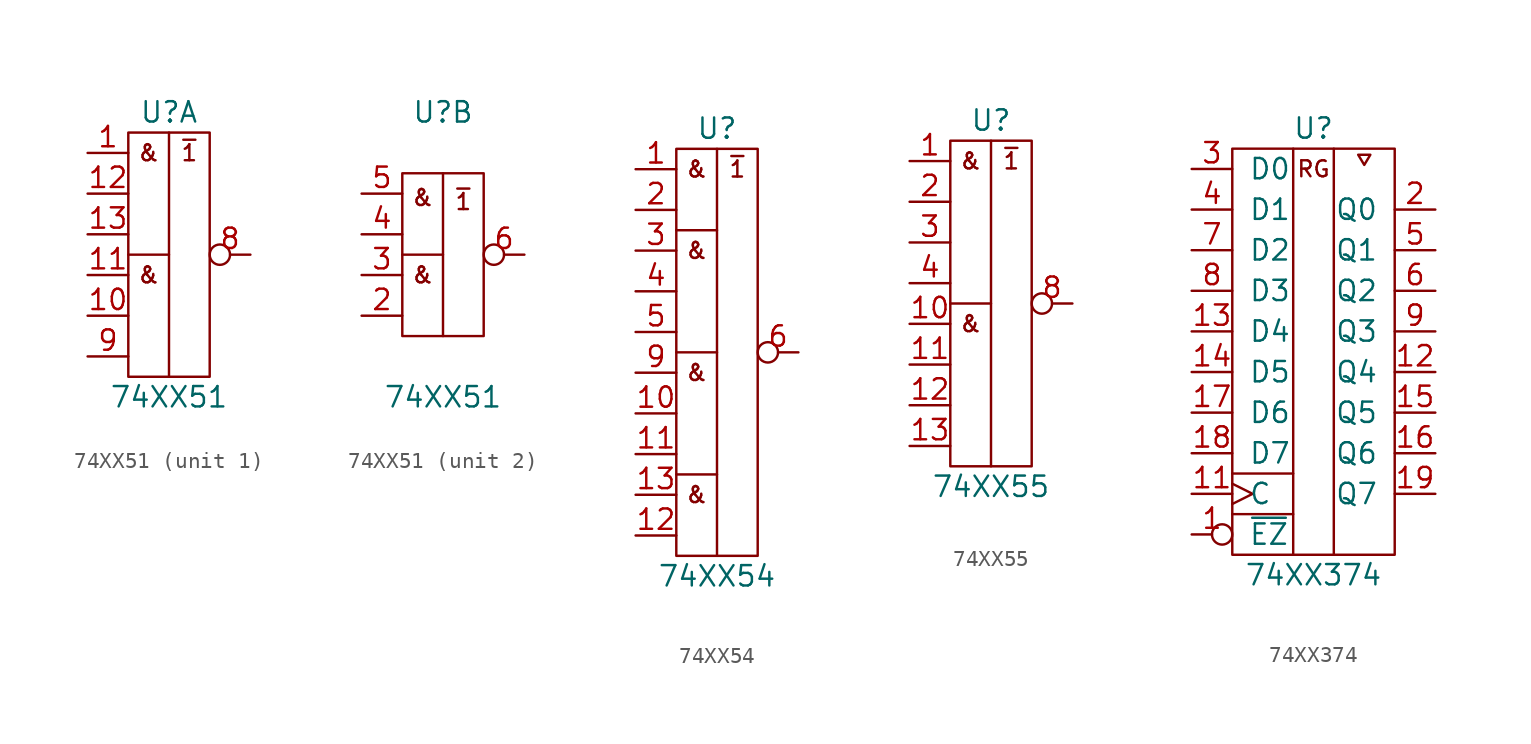
<source format=kicad_sym>
(kicad_symbol_lib
  (version 20211014)
  (generator kicad_symbol_editor)
  (symbol "74XX51"
    (pin_names
      (offset 1.27) hide)
    (property "Reference" "U"
      (at 0 8.89 0)
      (effects (font (size 1.27 1.27))))
    (property "Value" "74XX51"
      (at 0 -8.89 0)
      (effects (font (size 1.27 1.27))))
    (property "ki_locked" ""
      (at 0 0 0)
      (effects (font (size 1.27 1.27))))
    (symbol "74XX51_0_1"
      (pin power_in line (at 2.54 7.62 180) (length 0) hide (name "VCC" (effects (font (size 1.27 1.27)))) (number "14" (effects (font (size 1.27 1.27)))))
      (pin power_in line (at 2.54 -7.62 180) (length 0) hide (name "GND" (effects (font (size 1.27 1.27)))) (number "7" (effects (font (size 1.27 1.27))))))
    (symbol "74XX51_1_0"
      (text "&" (at -1.27 -1.27 0) (effects (font (size 1 1))))
      (text "&" (at -1.27 6.35 0) (effects (font (size 1 1))))
      (text "~{1}" (at 1.27 6.35 0) (effects (font (size 1 1)))))
    (symbol "74XX51_1_1"
      (rectangle (start -2.54 -7.62) (end 2.54 7.62) (stroke (width 0) (type default) (color 0 0 0 0)) (fill (type none)))
      (polyline (pts (xy -2.54 0) (xy 0 0)) (stroke (width 0) (type default) (color 0 0 0 0)) (fill (type none)))
      (polyline (pts (xy 0 7.62) (xy 0 -7.62)) (stroke (width 0) (type default) (color 0 0 0 0)) (fill (type none)))
      (pin input line (at -5.08 6.35 0) (length 2.54) (name "A" (effects (font (size 1.27 1.27)))) (number "1" (effects (font (size 1.27 1.27)))))
      (pin input line (at -5.08 -3.81 0) (length 2.54) (name "E" (effects (font (size 1.27 1.27)))) (number "10" (effects (font (size 1.27 1.27)))))
      (pin input line (at -5.08 -1.27 0) (length 2.54) (name "D" (effects (font (size 1.27 1.27)))) (number "11" (effects (font (size 1.27 1.27)))))
      (pin input line (at -5.08 3.81 0) (length 2.54) (name "B" (effects (font (size 1.27 1.27)))) (number "12" (effects (font (size 1.27 1.27)))))
      (pin input line (at -5.08 1.27 0) (length 2.54) (name "C" (effects (font (size 1.27 1.27)))) (number "13" (effects (font (size 1.27 1.27)))))
      (pin output inverted (at 5.08 0 180) (length 2.54) (name "~{Y}" (effects (font (size 1.27 1.27)))) (number "8" (effects (font (size 1.27 1.27)))))
      (pin input line (at -5.08 -6.35 0) (length 2.54) (name "F" (effects (font (size 1.27 1.27)))) (number "9" (effects (font (size 1.27 1.27))))))
    (symbol "74XX51_2_0"
      (text "&" (at -1.27 -1.27 0) (effects (font (size 1 1))))
      (text "&" (at -1.27 3.556 0) (effects (font (size 1 1))))
      (text "~{1}" (at 1.27 3.302 0) (effects (font (size 1 1)))))
    (symbol "74XX51_2_1"
      (rectangle (start -2.54 -5.08) (end 2.54 5.08) (stroke (width 0) (type default) (color 0 0 0 0)) (fill (type none)))
      (polyline (pts (xy -2.54 0) (xy 0 0)) (stroke (width 0) (type default) (color 0 0 0 0)) (fill (type none)))
      (polyline (pts (xy 0 5.08) (xy 0 -5.08)) (stroke (width 0) (type default) (color 0 0 0 0)) (fill (type none)))
      (pin input line (at -5.08 -3.81 0) (length 2.54) (name "A" (effects (font (size 1.27 1.27)))) (number "2" (effects (font (size 1.27 1.27)))))
      (pin input line (at -5.08 -1.27 0) (length 2.54) (name "B" (effects (font (size 1.27 1.27)))) (number "3" (effects (font (size 1.27 1.27)))))
      (pin input line (at -5.08 1.27 0) (length 2.54) (name "C" (effects (font (size 1.27 1.27)))) (number "4" (effects (font (size 1.27 1.27)))))
      (pin input line (at -5.08 3.81 0) (length 2.54) (name "D" (effects (font (size 1.27 1.27)))) (number "5" (effects (font (size 1.27 1.27)))))
      (pin output inverted (at 5.08 0 180) (length 2.54) (name "~{Y}" (effects (font (size 1.27 1.27)))) (number "6" (effects (font (size 1.27 1.27)))))))
  (symbol "74XX54"
    (pin_names
      (offset 1.016) hide)
    (property "Reference" "U"
      (at 0 13.97 0)
      (effects (font (size 1.27 1.27))))
    (property "Value" "74XX54"
      (at 0 -13.97 0)
      (effects (font (size 1.27 1.27))))
    (symbol "74XX54_0_0"
      (rectangle (start -2.54 -12.7) (end 2.54 12.7) (stroke (width 0) (type default) (color 0 0 0 0)) (fill (type none)))
      (polyline (pts (xy -2.54 0) (xy 0 0)) (stroke (width 0) (type default) (color 0 0 0 0)) (fill (type none)))
      (polyline (pts (xy 0 12.7) (xy 0 -12.7)) (stroke (width 0) (type default) (color 0 0 0 0)) (fill (type none)))
      (text "&" (at -1.27 -8.89 0) (effects (font (size 1 1))))
      (text "&" (at -1.27 -1.27 0) (effects (font (size 1 1))))
      (text "&" (at -1.27 6.35 0) (effects (font (size 1 1))))
      (text "&" (at -1.27 11.43 0) (effects (font (size 1 1))))
      (text "~{1}" (at 1.27 11.43 0) (effects (font (size 1 1)))))
    (symbol "74XX54_0_1"
      (polyline (pts (xy -2.54 -7.62) (xy 0 -7.62)) (stroke (width 0) (type default) (color 0 0 0 0)) (fill (type none)))
      (polyline (pts (xy -2.54 7.62) (xy 0 7.62)) (stroke (width 0) (type default) (color 0 0 0 0)) (fill (type none)))
      (pin power_in line (at 2.54 12.7 180) (length 0) hide (name "VCC" (effects (font (size 1.27 1.27)))) (number "14" (effects (font (size 1.27 1.27)))))
      (pin power_in line (at 2.54 -12.7 180) (length 0) hide (name "GND" (effects (font (size 1.27 1.27)))) (number "7" (effects (font (size 1.27 1.27))))))
    (symbol "74XX54_1_1"
      (pin input line (at -5.08 11.43 0) (length 2.54) (name "A" (effects (font (size 1.27 1.27)))) (number "1" (effects (font (size 1.27 1.27)))))
      (pin input line (at -5.08 -3.81 0) (length 2.54) (name "G" (effects (font (size 1.27 1.27)))) (number "10" (effects (font (size 1.27 1.27)))))
      (pin input line (at -5.08 -6.35 0) (length 2.54) (name "H" (effects (font (size 1.27 1.27)))) (number "11" (effects (font (size 1.27 1.27)))))
      (pin input line (at -5.08 -11.43 0) (length 2.54) (name "I" (effects (font (size 1.27 1.27)))) (number "12" (effects (font (size 1.27 1.27)))))
      (pin input line (at -5.08 -8.89 0) (length 2.54) (name "J" (effects (font (size 1.27 1.27)))) (number "13" (effects (font (size 1.27 1.27)))))
      (pin input line (at -5.08 8.89 0) (length 2.54) (name "B" (effects (font (size 1.27 1.27)))) (number "2" (effects (font (size 1.27 1.27)))))
      (pin input line (at -5.08 6.35 0) (length 2.54) (name "C" (effects (font (size 1.27 1.27)))) (number "3" (effects (font (size 1.27 1.27)))))
      (pin input line (at -5.08 3.81 0) (length 2.54) (name "D" (effects (font (size 1.27 1.27)))) (number "4" (effects (font (size 1.27 1.27)))))
      (pin input line (at -5.08 1.27 0) (length 2.54) (name "E" (effects (font (size 1.27 1.27)))) (number "5" (effects (font (size 1.27 1.27)))))
      (pin output inverted (at 5.08 0 180) (length 2.54) (name "~{Y}" (effects (font (size 1.27 1.27)))) (number "6" (effects (font (size 1.27 1.27)))))
      (pin input line (at -5.08 -1.27 0) (length 2.54) (name "F" (effects (font (size 1.27 1.27)))) (number "9" (effects (font (size 1.27 1.27)))))))
  (symbol "74XX55"
    (pin_names
      (offset 1.016) hide)
    (property "Reference" "U"
      (at 0 11.43 0)
      (effects (font (size 1.27 1.27))))
    (property "Value" "74XX55"
      (at 0 -11.43 0)
      (effects (font (size 1.27 1.27))))
    (symbol "74XX55_0_0"
      (rectangle (start -2.54 -10.16) (end 2.54 10.16) (stroke (width 0) (type default) (color 0 0 0 0)) (fill (type none)))
      (polyline (pts (xy -2.54 0) (xy 0 0)) (stroke (width 0) (type default) (color 0 0 0 0)) (fill (type none)))
      (polyline (pts (xy 0 10.16) (xy 0 -10.16)) (stroke (width 0) (type default) (color 0 0 0 0)) (fill (type none)))
      (text "&" (at -1.27 -1.27 0) (effects (font (size 1 1))))
      (text "&" (at -1.27 8.89 0) (effects (font (size 1 1))))
      (text "~{1}" (at 1.27 8.89 0) (effects (font (size 1 1)))))
    (symbol "74XX55_0_1"
      (pin power_in line (at 2.54 2.54 180) (length 0) hide (name "VCC" (effects (font (size 1.27 1.27)))) (number "14" (effects (font (size 1.27 1.27)))))
      (pin power_in line (at 2.54 -2.54 180) (length 0) hide (name "GND" (effects (font (size 1.27 1.27)))) (number "7" (effects (font (size 1.27 1.27))))))
    (symbol "74XX55_1_1"
      (pin input line (at -5.08 8.89 0) (length 2.54) (name "A" (effects (font (size 1.27 1.27)))) (number "1" (effects (font (size 1.27 1.27)))))
      (pin input line (at -5.08 -1.27 0) (length 2.54) (name "E" (effects (font (size 1.27 1.27)))) (number "10" (effects (font (size 1.27 1.27)))))
      (pin input line (at -5.08 -3.81 0) (length 2.54) (name "F" (effects (font (size 1.27 1.27)))) (number "11" (effects (font (size 1.27 1.27)))))
      (pin input line (at -5.08 -6.35 0) (length 2.54) (name "G" (effects (font (size 1.27 1.27)))) (number "12" (effects (font (size 1.27 1.27)))))
      (pin input line (at -5.08 -8.89 0) (length 2.54) (name "H" (effects (font (size 1.27 1.27)))) (number "13" (effects (font (size 1.27 1.27)))))
      (pin input line (at -5.08 6.35 0) (length 2.54) (name "B" (effects (font (size 1.27 1.27)))) (number "2" (effects (font (size 1.27 1.27)))))
      (pin input line (at -5.08 3.81 0) (length 2.54) (name "C" (effects (font (size 1.27 1.27)))) (number "3" (effects (font (size 1.27 1.27)))))
      (pin input line (at -5.08 1.27 0) (length 2.54) (name "D" (effects (font (size 1.27 1.27)))) (number "4" (effects (font (size 1.27 1.27)))))
      (pin output inverted (at 5.08 0 180) (length 2.54) (name "~{Y}" (effects (font (size 1.27 1.27)))) (number "8" (effects (font (size 1.27 1.27)))))))
  (symbol "74XX374"
    (pin_names
      (offset 1.016))
    (property "Reference" "U"
      (at 0 13.97 0)
      (effects (font (size 1.27 1.27))))
    (property "Value" "74XX374"
      (at 0 -13.97 0)
      (effects (font (size 1.27 1.27))))
    (symbol "74XX374_0_1"
      (polyline (pts (xy -5.08 -7.62) (xy -1.27 -7.62)) (stroke (width 0) (type default) (color 0 0 0 0)) (fill (type none)))
      (polyline (pts (xy -1.27 -10.16) (xy -5.08 -10.16)) (stroke (width 0) (type default) (color 0 0 0 0)) (fill (type none)))
      (polyline (pts (xy -1.27 12.7) (xy -1.27 -12.7)) (stroke (width 0) (type default) (color 0 0 0 0)) (fill (type none)))
      (polyline (pts (xy 1.27 -12.7) (xy 1.27 12.7)) (stroke (width 0) (type default) (color 0 0 0 0)) (fill (type none)))
      (polyline (pts (xy 3.175 11.684) (xy 2.794 12.319) (xy 3.556 12.319) (xy 3.175 11.684)) (stroke (width 0) (type default) (color 0 0 0 0)) (fill (type none))))
    (symbol "74XX374_1_1"
      (rectangle (start -5.08 -12.7) (end 5.08 12.7) (stroke (width 0) (type default) (color 0 0 0 0)) (fill (type none)))
      (text "RG" (at 0 11.43 0) (effects (font (size 1 1))))
      (pin input inverted (at -7.62 -11.43 0) (length 2.54) (name "~{EZ}" (effects (font (size 1.27 1.27)))) (number "1" (effects (font (size 1.27 1.27)))))
      (pin power_in line (at 5.08 -12.7 180) (length 0) hide (name "GND" (effects (font (size 1.27 1.27)))) (number "10" (effects (font (size 1.27 1.27)))))
      (pin input clock (at -7.62 -8.89 0) (length 2.54) (name "C" (effects (font (size 1.27 1.27)))) (number "11" (effects (font (size 1.27 1.27)))))
      (pin tri_state line (at 7.62 -1.27 180) (length 2.54) (name "Q4" (effects (font (size 1.27 1.27)))) (number "12" (effects (font (size 1.27 1.27)))))
      (pin input line (at -7.62 1.27 0) (length 2.54) (name "D4" (effects (font (size 1.27 1.27)))) (number "13" (effects (font (size 1.27 1.27)))))
      (pin input line (at -7.62 -1.27 0) (length 2.54) (name "D5" (effects (font (size 1.27 1.27)))) (number "14" (effects (font (size 1.27 1.27)))))
      (pin tri_state line (at 7.62 -3.81 180) (length 2.54) (name "Q5" (effects (font (size 1.27 1.27)))) (number "15" (effects (font (size 1.27 1.27)))))
      (pin tri_state line (at 7.62 -6.35 180) (length 2.54) (name "Q6" (effects (font (size 1.27 1.27)))) (number "16" (effects (font (size 1.27 1.27)))))
      (pin input line (at -7.62 -3.81 0) (length 2.54) (name "D6" (effects (font (size 1.27 1.27)))) (number "17" (effects (font (size 1.27 1.27)))))
      (pin input line (at -7.62 -6.35 0) (length 2.54) (name "D7" (effects (font (size 1.27 1.27)))) (number "18" (effects (font (size 1.27 1.27)))))
      (pin tri_state line (at 7.62 -8.89 180) (length 2.54) (name "Q7" (effects (font (size 1.27 1.27)))) (number "19" (effects (font (size 1.27 1.27)))))
      (pin tri_state line (at 7.62 8.89 180) (length 2.54) (name "Q0" (effects (font (size 1.27 1.27)))) (number "2" (effects (font (size 1.27 1.27)))))
      (pin power_in line (at 5.08 12.7 180) (length 0) hide (name "VCC" (effects (font (size 1.27 1.27)))) (number "20" (effects (font (size 1.27 1.27)))))
      (pin input line (at -7.62 11.43 0) (length 2.54) (name "D0" (effects (font (size 1.27 1.27)))) (number "3" (effects (font (size 1.27 1.27)))))
      (pin input line (at -7.62 8.89 0) (length 2.54) (name "D1" (effects (font (size 1.27 1.27)))) (number "4" (effects (font (size 1.27 1.27)))))
      (pin tri_state line (at 7.62 6.35 180) (length 2.54) (name "Q1" (effects (font (size 1.27 1.27)))) (number "5" (effects (font (size 1.27 1.27)))))
      (pin tri_state line (at 7.62 3.81 180) (length 2.54) (name "Q2" (effects (font (size 1.27 1.27)))) (number "6" (effects (font (size 1.27 1.27)))))
      (pin input line (at -7.62 6.35 0) (length 2.54) (name "D2" (effects (font (size 1.27 1.27)))) (number "7" (effects (font (size 1.27 1.27)))))
      (pin input line (at -7.62 3.81 0) (length 2.54) (name "D3" (effects (font (size 1.27 1.27)))) (number "8" (effects (font (size 1.27 1.27)))))
      (pin tri_state line (at 7.62 1.27 180) (length 2.54) (name "Q3" (effects (font (size 1.27 1.27)))) (number "9" (effects (font (size 1.27 1.27))))))))
</source>
